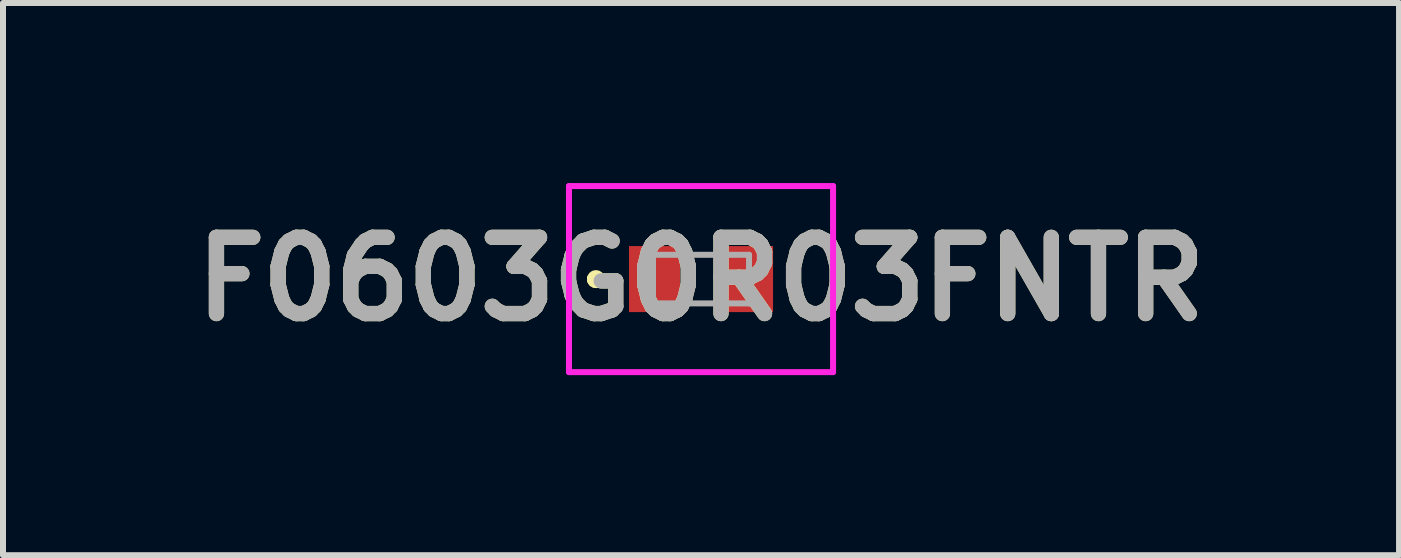
<source format=kicad_pcb>
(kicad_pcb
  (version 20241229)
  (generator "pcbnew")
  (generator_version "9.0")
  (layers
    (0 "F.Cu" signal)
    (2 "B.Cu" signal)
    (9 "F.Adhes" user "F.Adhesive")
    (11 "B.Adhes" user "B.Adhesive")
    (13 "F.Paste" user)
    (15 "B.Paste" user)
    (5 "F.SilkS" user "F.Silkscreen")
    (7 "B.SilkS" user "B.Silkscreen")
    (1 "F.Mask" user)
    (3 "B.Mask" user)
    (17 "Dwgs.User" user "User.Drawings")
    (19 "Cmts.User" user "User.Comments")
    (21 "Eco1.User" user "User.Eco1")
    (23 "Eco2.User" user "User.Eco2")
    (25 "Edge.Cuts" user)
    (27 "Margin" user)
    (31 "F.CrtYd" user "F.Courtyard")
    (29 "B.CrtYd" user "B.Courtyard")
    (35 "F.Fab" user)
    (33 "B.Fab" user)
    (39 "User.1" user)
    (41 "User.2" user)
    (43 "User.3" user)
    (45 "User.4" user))
  (footprint "F0603G0R03FNTR"
    (layer "F.Cu")
    (at 8.63 1.6)
    (property "Reference" "F0603G0R03FNTR" (at 0 0 0) (layer "F.SilkS") (effects (font (size 1.27 1.27) (thickness 0.254))))
    (attr smd)
    (fp_line (start -1.8 0) (end -1.8 0) (stroke (width 0.2) (type solid)) (layer "F.SilkS"))
    (fp_line (start -1.8 0) (end -1.8 0) (stroke (width 0.2) (type solid)) (layer "F.SilkS"))
    (fp_line (start -1.7 0) (end -1.7 0) (stroke (width 0.2) (type solid)) (layer "F.SilkS"))
    (fp_arc (start -1.8 0) (mid -1.75 -0.05) (end -1.7 0) (stroke (width 0.2) (type solid)) (layer "F.SilkS"))
    (fp_arc (start -1.7 0) (mid -1.75 0.05) (end -1.8 0) (stroke (width 0.2) (type solid)) (layer "F.SilkS"))
    (fp_arc (start -1.7 0) (mid -1.75 0.05) (end -1.8 0) (stroke (width 0.2) (type solid)) (layer "F.SilkS"))
    (fp_line (start -2.2 -1.55) (end 2.2 -1.55) (stroke (width 0.1) (type solid)) (layer "F.CrtYd"))
    (fp_line (start -2.2 1.55) (end -2.2 -1.55) (stroke (width 0.1) (type solid)) (layer "F.CrtYd"))
    (fp_line (start 2.2 -1.55) (end 2.2 1.55) (stroke (width 0.1) (type solid)) (layer "F.CrtYd"))
    (fp_line (start 2.2 1.55) (end -2.2 1.55) (stroke (width 0.1) (type solid)) (layer "F.CrtYd"))
    (fp_line (start -0.8 -0.405) (end -0.8 0.405) (stroke (width 0.1) (type solid)) (layer "F.Fab"))
    (fp_line (start -0.8 0.405) (end 0.8 0.405) (stroke (width 0.1) (type solid)) (layer "F.Fab"))
    (fp_line (start 0.8 -0.405) (end -0.8 -0.405) (stroke (width 0.1) (type solid)) (layer "F.Fab"))
    (fp_line (start 0.8 0.405) (end 0.8 -0.405) (stroke (width 0.1) (type solid)) (layer "F.Fab"))
    (fp_text user "${REFERENCE}" (at 0 0 0) (layer "F.Fab") (effects (font (size 1.27 1.27) (thickness 0.254))))
    (pad "1" smd rect (at -0.775 0) (size 0.85 1.1) (layers "F.Cu" "F.Mask" "F.Paste"))
    (pad "2" smd rect (at 0.775 0) (size 0.85 1.1) (layers "F.Cu" "F.Mask" "F.Paste")))
  (gr_rect
    (start -3 -3)
    (end 20.26 6.2)
    (stroke (width 0.1) (type default))
    (fill no)
    (layer "Edge.Cuts")))
</source>
